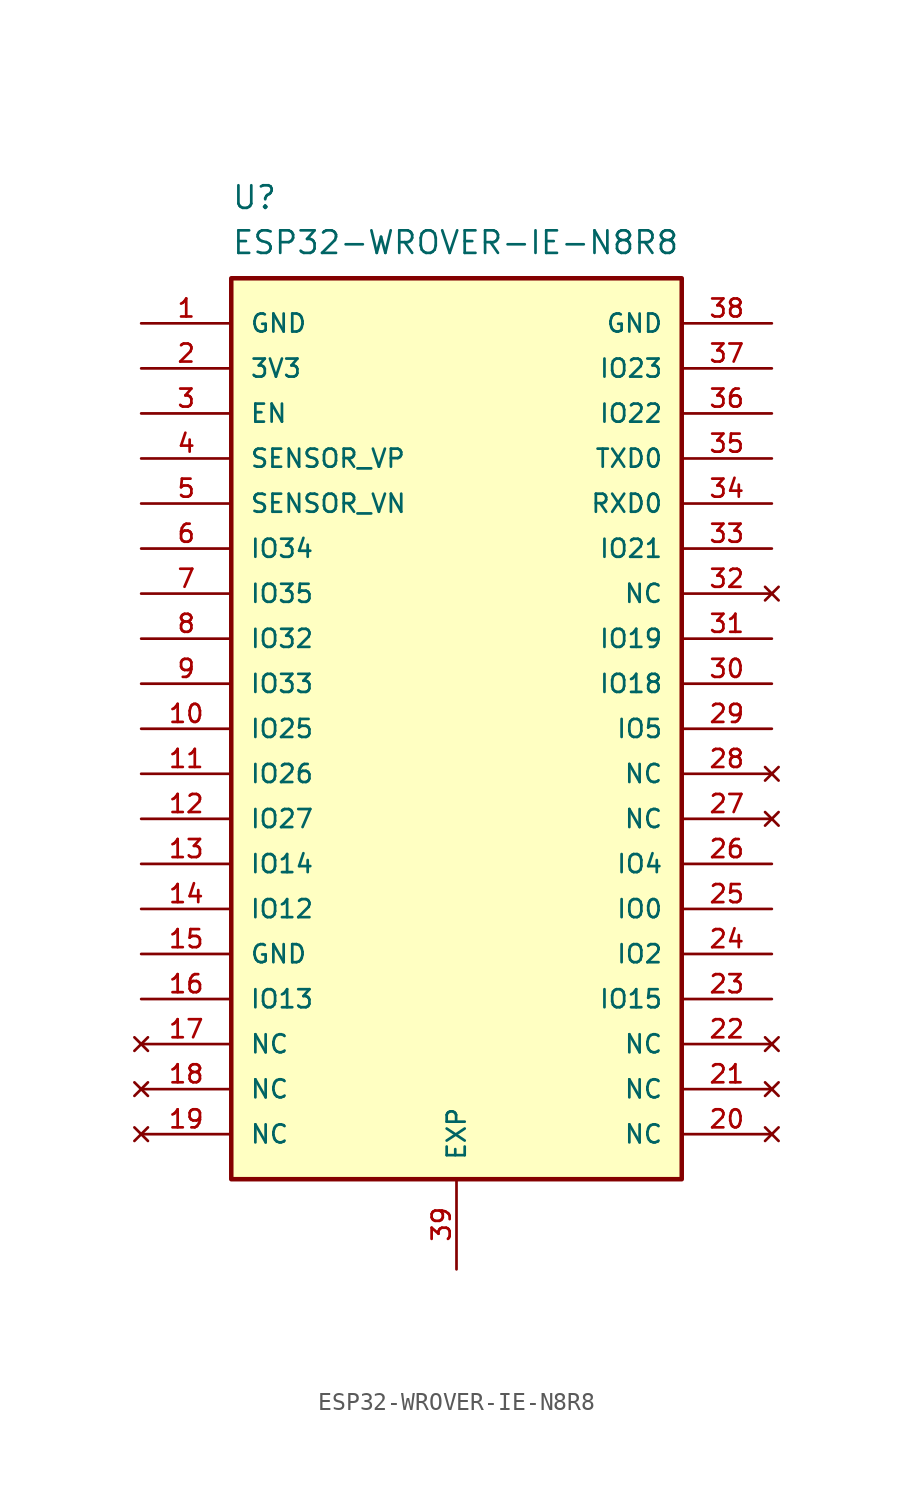
<source format=kicad_sym>
(kicad_symbol_lib
  (version 20220914)
  (generator kicad_symbol_editor)
  (symbol "ESP32-WROVER-IE-N8R8"
    (pin_names
      (offset 1.016))
    (property "Reference" "U"
      (at -12.7 34.29 0)
      (effects (font (size 1.27 1.27)) (justify left bottom)))
    (property "Value" "ESP32-WROVER-IE-N8R8"
      (at -12.7 31.75 0)
      (effects (font (size 1.27 1.27)) (justify left bottom)))
    (symbol "ESP32-WROVER-IE-N8R8_0_0"
      (rectangle (start -12.7 30.48) (end 12.7 -20.32) (stroke (width 0.254) (type default)) (fill (type background)))
      (pin power_in line (at -17.78 27.94 0) (length 5.08) (name "GND" (effects (font (size 1.016 1.016)))) (number "1" (effects (font (size 1.016 1.016)))))
      (pin bidirectional line (at -17.78 5.08 0) (length 5.08) (name "IO25" (effects (font (size 1.016 1.016)))) (number "10" (effects (font (size 1.016 1.016)))))
      (pin bidirectional line (at -17.78 2.54 0) (length 5.08) (name "IO26" (effects (font (size 1.016 1.016)))) (number "11" (effects (font (size 1.016 1.016)))))
      (pin bidirectional line (at -17.78 0 0) (length 5.08) (name "IO27" (effects (font (size 1.016 1.016)))) (number "12" (effects (font (size 1.016 1.016)))))
      (pin bidirectional line (at -17.78 -2.54 0) (length 5.08) (name "IO14" (effects (font (size 1.016 1.016)))) (number "13" (effects (font (size 1.016 1.016)))))
      (pin bidirectional line (at -17.78 -5.08 0) (length 5.08) (name "IO12" (effects (font (size 1.016 1.016)))) (number "14" (effects (font (size 1.016 1.016)))))
      (pin power_in line (at -17.78 -7.62 0) (length 5.08) (name "GND" (effects (font (size 1.016 1.016)))) (number "15" (effects (font (size 1.016 1.016)))))
      (pin bidirectional line (at -17.78 -10.16 0) (length 5.08) (name "IO13" (effects (font (size 1.016 1.016)))) (number "16" (effects (font (size 1.016 1.016)))))
      (pin no_connect line (at -17.78 -12.7 0) (length 5.08) (name "NC" (effects (font (size 1.016 1.016)))) (number "17" (effects (font (size 1.016 1.016)))))
      (pin no_connect line (at -17.78 -15.24 0) (length 5.08) (name "NC" (effects (font (size 1.016 1.016)))) (number "18" (effects (font (size 1.016 1.016)))))
      (pin no_connect line (at -17.78 -17.78 0) (length 5.08) (name "NC" (effects (font (size 1.016 1.016)))) (number "19" (effects (font (size 1.016 1.016)))))
      (pin power_in line (at -17.78 25.4 0) (length 5.08) (name "3V3" (effects (font (size 1.016 1.016)))) (number "2" (effects (font (size 1.016 1.016)))))
      (pin no_connect line (at 17.78 -17.78 180) (length 5.08) (name "NC" (effects (font (size 1.016 1.016)))) (number "20" (effects (font (size 1.016 1.016)))))
      (pin no_connect line (at 17.78 -15.24 180) (length 5.08) (name "NC" (effects (font (size 1.016 1.016)))) (number "21" (effects (font (size 1.016 1.016)))))
      (pin no_connect line (at 17.78 -12.7 180) (length 5.08) (name "NC" (effects (font (size 1.016 1.016)))) (number "22" (effects (font (size 1.016 1.016)))))
      (pin bidirectional line (at 17.78 -10.16 180) (length 5.08) (name "IO15" (effects (font (size 1.016 1.016)))) (number "23" (effects (font (size 1.016 1.016)))))
      (pin bidirectional line (at 17.78 -7.62 180) (length 5.08) (name "IO2" (effects (font (size 1.016 1.016)))) (number "24" (effects (font (size 1.016 1.016)))))
      (pin bidirectional line (at 17.78 -5.08 180) (length 5.08) (name "IO0" (effects (font (size 1.016 1.016)))) (number "25" (effects (font (size 1.016 1.016)))))
      (pin bidirectional line (at 17.78 -2.54 180) (length 5.08) (name "IO4" (effects (font (size 1.016 1.016)))) (number "26" (effects (font (size 1.016 1.016)))))
      (pin no_connect line (at 17.78 0 180) (length 5.08) (name "NC" (effects (font (size 1.016 1.016)))) (number "27" (effects (font (size 1.016 1.016)))))
      (pin no_connect line (at 17.78 2.54 180) (length 5.08) (name "NC" (effects (font (size 1.016 1.016)))) (number "28" (effects (font (size 1.016 1.016)))))
      (pin bidirectional line (at 17.78 5.08 180) (length 5.08) (name "IO5" (effects (font (size 1.016 1.016)))) (number "29" (effects (font (size 1.016 1.016)))))
      (pin input line (at -17.78 22.86 0) (length 5.08) (name "EN" (effects (font (size 1.016 1.016)))) (number "3" (effects (font (size 1.016 1.016)))))
      (pin bidirectional line (at 17.78 7.62 180) (length 5.08) (name "IO18" (effects (font (size 1.016 1.016)))) (number "30" (effects (font (size 1.016 1.016)))))
      (pin bidirectional line (at 17.78 10.16 180) (length 5.08) (name "IO19" (effects (font (size 1.016 1.016)))) (number "31" (effects (font (size 1.016 1.016)))))
      (pin no_connect line (at 17.78 12.7 180) (length 5.08) (name "NC" (effects (font (size 1.016 1.016)))) (number "32" (effects (font (size 1.016 1.016)))))
      (pin bidirectional line (at 17.78 15.24 180) (length 5.08) (name "IO21" (effects (font (size 1.016 1.016)))) (number "33" (effects (font (size 1.016 1.016)))))
      (pin bidirectional line (at 17.78 17.78 180) (length 5.08) (name "RXD0" (effects (font (size 1.016 1.016)))) (number "34" (effects (font (size 1.016 1.016)))))
      (pin bidirectional line (at 17.78 20.32 180) (length 5.08) (name "TXD0" (effects (font (size 1.016 1.016)))) (number "35" (effects (font (size 1.016 1.016)))))
      (pin bidirectional line (at 17.78 22.86 180) (length 5.08) (name "IO22" (effects (font (size 1.016 1.016)))) (number "36" (effects (font (size 1.016 1.016)))))
      (pin bidirectional line (at 17.78 25.4 180) (length 5.08) (name "IO23" (effects (font (size 1.016 1.016)))) (number "37" (effects (font (size 1.016 1.016)))))
      (pin power_in line (at 17.78 27.94 180) (length 5.08) (name "GND" (effects (font (size 1.016 1.016)))) (number "38" (effects (font (size 1.016 1.016)))))
      (pin input line (at -17.78 20.32 0) (length 5.08) (name "SENSOR_VP" (effects (font (size 1.016 1.016)))) (number "4" (effects (font (size 1.016 1.016)))))
      (pin input line (at -17.78 17.78 0) (length 5.08) (name "SENSOR_VN" (effects (font (size 1.016 1.016)))) (number "5" (effects (font (size 1.016 1.016)))))
      (pin input line (at -17.78 15.24 0) (length 5.08) (name "IO34" (effects (font (size 1.016 1.016)))) (number "6" (effects (font (size 1.016 1.016)))))
      (pin input line (at -17.78 12.7 0) (length 5.08) (name "IO35" (effects (font (size 1.016 1.016)))) (number "7" (effects (font (size 1.016 1.016)))))
      (pin bidirectional line (at -17.78 10.16 0) (length 5.08) (name "IO32" (effects (font (size 1.016 1.016)))) (number "8" (effects (font (size 1.016 1.016)))))
      (pin bidirectional line (at -17.78 7.62 0) (length 5.08) (name "IO33" (effects (font (size 1.016 1.016)))) (number "9" (effects (font (size 1.016 1.016))))))
    (symbol "ESP32-WROVER-IE-N8R8_1_0"
      (pin power_in line (at 0 -25.4 90) (length 5.08) (name "EXP" (effects (font (size 1.016 1.016)))) (number "39" (effects (font (size 1.016 1.016))))))))
</source>
